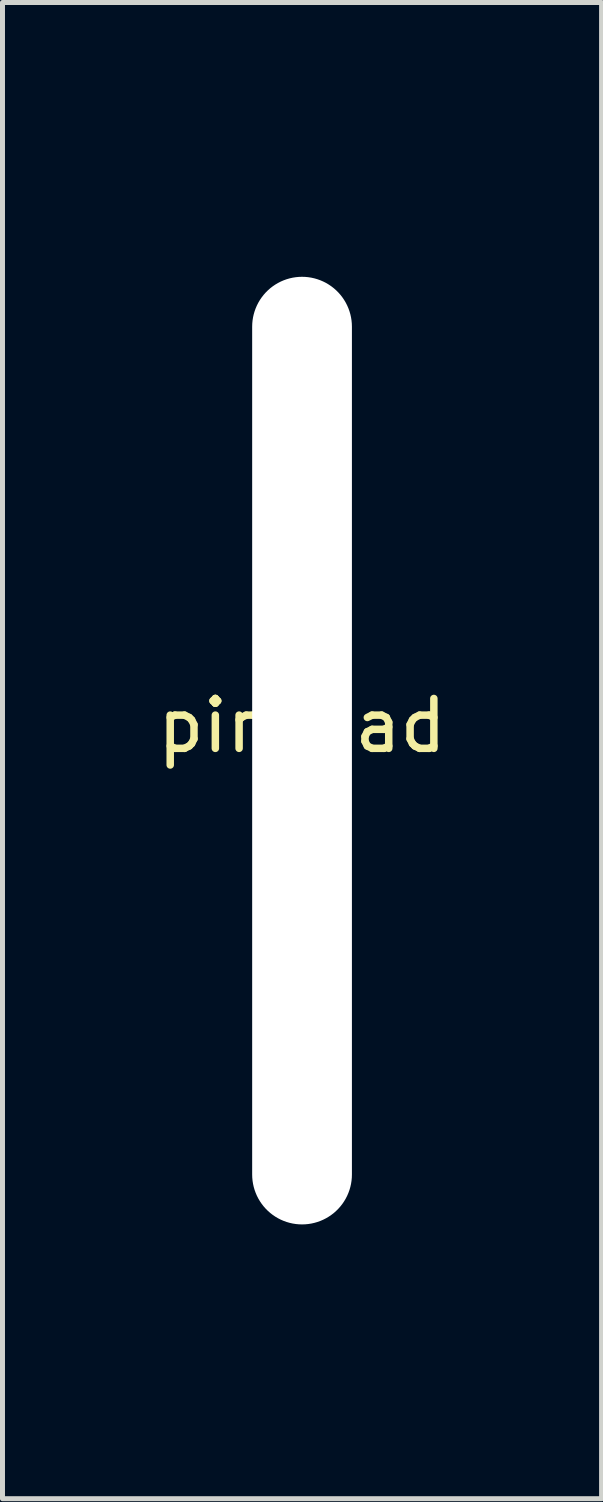
<source format=kicad_pcb>
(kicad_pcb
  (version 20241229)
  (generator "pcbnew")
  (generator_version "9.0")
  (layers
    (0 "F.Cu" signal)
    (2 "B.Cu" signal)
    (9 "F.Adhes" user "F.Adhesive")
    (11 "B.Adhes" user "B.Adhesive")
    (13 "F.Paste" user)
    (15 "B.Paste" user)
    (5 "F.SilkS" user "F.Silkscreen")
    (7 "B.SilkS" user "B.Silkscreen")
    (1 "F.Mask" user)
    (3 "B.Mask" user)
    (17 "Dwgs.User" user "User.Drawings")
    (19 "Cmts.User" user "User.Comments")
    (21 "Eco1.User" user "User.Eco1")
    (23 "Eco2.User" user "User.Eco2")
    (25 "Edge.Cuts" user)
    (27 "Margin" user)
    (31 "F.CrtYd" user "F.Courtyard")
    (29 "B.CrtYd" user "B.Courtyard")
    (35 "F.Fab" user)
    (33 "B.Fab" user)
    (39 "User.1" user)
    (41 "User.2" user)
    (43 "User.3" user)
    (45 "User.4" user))
  (footprint "pin_pad"
    (layer "F.Cu")
    (at 3.006 12)
    (property "Reference" "pin_pad" (at 0 -0.5 0) (unlocked yes) (layer "F.SilkS") (effects (font (size 1 1) (thickness 0.15))))
    (attr through_hole)
    (pad "1" thru_hole oval (at 0 0) (size 5 24) (drill oval 2 19) (layers "*.Cu" "F.Mask") (remove_unused_layers yes) (zone_layer_connections)))
  (gr_rect
    (start -3 -3)
    (end 9.012 27)
    (stroke (width 0.1) (type default))
    (fill no)
    (layer "Edge.Cuts")))
</source>
